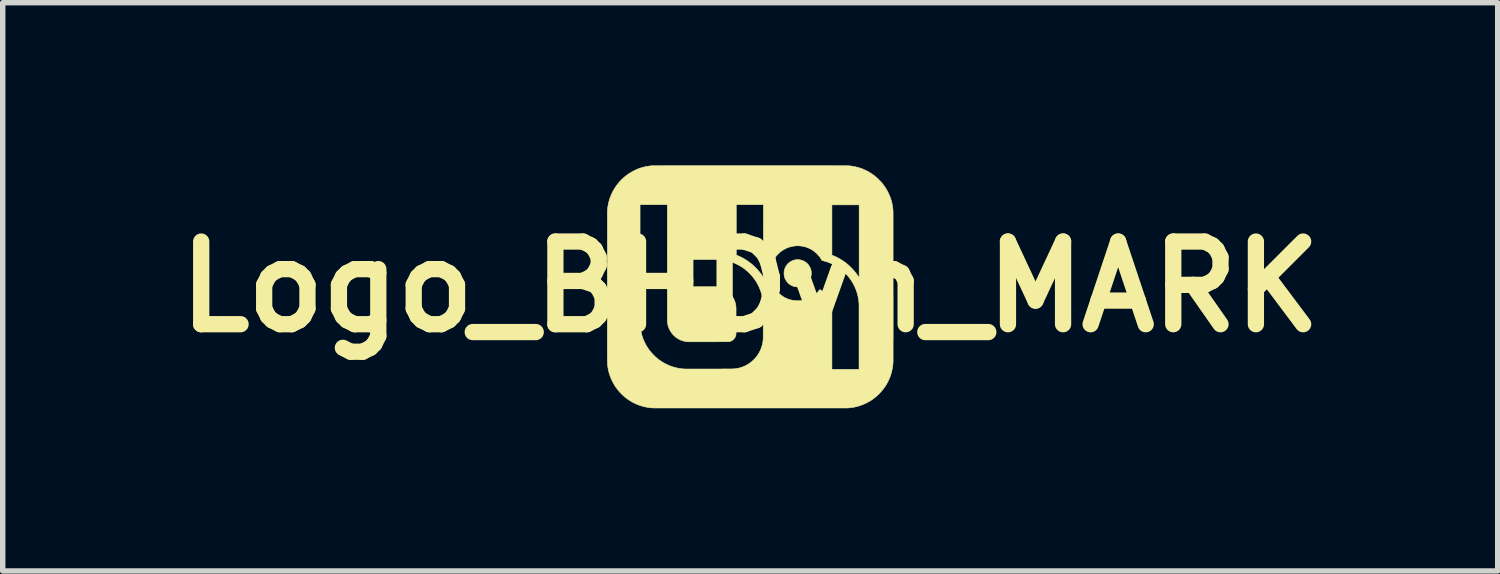
<source format=kicad_pcb>
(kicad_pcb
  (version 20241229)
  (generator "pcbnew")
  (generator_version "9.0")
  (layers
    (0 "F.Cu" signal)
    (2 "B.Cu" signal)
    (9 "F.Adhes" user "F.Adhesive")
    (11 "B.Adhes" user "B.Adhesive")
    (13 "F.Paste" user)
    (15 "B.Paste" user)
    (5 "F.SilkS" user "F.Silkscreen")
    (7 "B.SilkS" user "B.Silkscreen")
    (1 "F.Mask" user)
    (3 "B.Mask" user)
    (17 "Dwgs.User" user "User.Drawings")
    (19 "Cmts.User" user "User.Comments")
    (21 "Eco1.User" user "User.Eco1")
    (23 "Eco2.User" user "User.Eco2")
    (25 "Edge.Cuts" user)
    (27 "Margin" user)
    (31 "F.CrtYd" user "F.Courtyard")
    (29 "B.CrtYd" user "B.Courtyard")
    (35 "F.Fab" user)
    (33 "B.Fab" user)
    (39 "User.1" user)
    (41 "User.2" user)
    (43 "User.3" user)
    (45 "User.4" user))
  (footprint "Logo_BHDyn_MARK"
    (layer "F.Cu")
    (at 10.784 2.239)
    (property "Reference" "Logo_BHDyn_MARK" (at 0 0 0) (layer "F.SilkS") (effects (font (size 1.524 1.524) (thickness 0.3))))
    (attr through_hole)
    (fp_poly (pts (xy 0.885 -0.501) (xy 0.892 -0.5) (xy 0.899 -0.5) (xy 0.906 -0.499) (xy 0.913 -0.498) (xy 0.92 -0.497) (xy 0.925 -0.496) (xy 0.945 -0.491) (xy 0.964 -0.485) (xy 0.982 -0.477) (xy 1 -0.468) (xy 1.017 -0.458) (xy 1.033 -0.446) (xy 1.048 -0.433) (xy 1.062 -0.419) (xy 1.075 -0.403) (xy 1.086 -0.387) (xy 1.096 -0.37) (xy 1.105 -0.352) (xy 1.113 -0.333) (xy 1.114 -0.329) (xy 1.12 -0.31) (xy 1.124 -0.29) (xy 1.126 -0.27) (xy 1.127 -0.25) (xy 1.126 -0.229) (xy 1.124 -0.209) (xy 1.123 -0.207) (xy 1.119 -0.187) (xy 1.114 -0.168) (xy 1.106 -0.149) (xy 1.097 -0.131) (xy 1.087 -0.114) (xy 1.076 -0.097) (xy 1.072 -0.092) (xy 1.068 -0.088) (xy 1.063 -0.082) (xy 1.058 -0.076) (xy 1.052 -0.07) (xy 1.046 -0.065) (xy 1.041 -0.06) (xy 1.036 -0.056) (xy 1.02 -0.043) (xy 1.002 -0.032) (xy 0.984 -0.022) (xy 0.966 -0.014) (xy 0.947 -0.008) (xy 0.927 -0.003) (xy 0.913 -0.000494) (xy 0.893 0.002) (xy 0.873 0.002) (xy 0.854 0.001) (xy 0.849 0.001) (xy 0.841 -0.000144) (xy 0.836 -0.001) (xy 0.831 -0.002) (xy 0.827 -0.002) (xy 0.823 -0.003) (xy 0.82 -0.003) (xy 0.817 -0.004) (xy 0.815 -0.005) (xy 0.795 -0.01) (xy 0.777 -0.018) (xy 0.758 -0.027) (xy 0.741 -0.037) (xy 0.724 -0.048) (xy 0.709 -0.061) (xy 0.694 -0.075) (xy 0.681 -0.09) (xy 0.668 -0.106) (xy 0.663 -0.115) (xy 0.652 -0.133) (xy 0.643 -0.151) (xy 0.636 -0.171) (xy 0.631 -0.19) (xy 0.627 -0.211) (xy 0.625 -0.221) (xy 0.625 -0.228) (xy 0.624 -0.236) (xy 0.624 -0.245) (xy 0.624 -0.254) (xy 0.624 -0.263) (xy 0.625 -0.272) (xy 0.625 -0.28) (xy 0.626 -0.286) (xy 0.626 -0.288) (xy 0.629 -0.303) (xy 0.633 -0.318) (xy 0.636 -0.327) (xy 0.643 -0.346) (xy 0.652 -0.365) (xy 0.661 -0.382) (xy 0.673 -0.399) (xy 0.685 -0.414) (xy 0.699 -0.429) (xy 0.713 -0.442) (xy 0.729 -0.454) (xy 0.746 -0.465) (xy 0.763 -0.475) (xy 0.781 -0.483) (xy 0.8 -0.49) (xy 0.82 -0.495) (xy 0.825 -0.496) (xy 0.833 -0.498) (xy 0.841 -0.499) (xy 0.847 -0.5) (xy 0.854 -0.5) (xy 0.861 -0.501) (xy 0.87 -0.501) (xy 0.875 -0.501) (xy 0.885 -0.501)) (stroke (width 0.01) (type solid)) (fill yes) (layer "F.SilkS"))
    (fp_poly (pts (xy 0.096 -2.234) (xy 0.144 -2.234) (xy 0.192 -2.234) (xy 0.239 -2.234) (xy 0.287 -2.234) (xy 0.334 -2.234) (xy 0.381 -2.234) (xy 0.428 -2.234) (xy 0.475 -2.234) (xy 0.521 -2.234) (xy 0.567 -2.234) (xy 0.613 -2.234) (xy 0.658 -2.234) (xy 0.703 -2.234) (xy 0.747 -2.234) (xy 0.791 -2.234) (xy 0.834 -2.234) (xy 0.877 -2.234) (xy 0.92 -2.234) (xy 0.961 -2.234) (xy 1.002 -2.234) (xy 1.043 -2.234) (xy 1.082 -2.234) (xy 1.121 -2.234) (xy 1.159 -2.234) (xy 1.197 -2.234) (xy 1.233 -2.234) (xy 1.269 -2.234) (xy 1.304 -2.234) (xy 1.338 -2.234) (xy 1.371 -2.234) (xy 1.403 -2.234) (xy 1.434 -2.234) (xy 1.464 -2.234) (xy 1.493 -2.234) (xy 1.521 -2.234) (xy 1.547 -2.233) (xy 1.573 -2.233) (xy 1.597 -2.233) (xy 1.621 -2.233) (xy 1.643 -2.233) (xy 1.663 -2.233) (xy 1.683 -2.233) (xy 1.701 -2.233) (xy 1.717 -2.233) (xy 1.733 -2.233) (xy 1.747 -2.233) (xy 1.759 -2.233) (xy 1.77 -2.233) (xy 1.779 -2.233) (xy 1.787 -2.233) (xy 1.794 -2.233) (xy 1.798 -2.233) (xy 1.802 -2.233) (xy 1.803 -2.233) (xy 1.803 -2.233) (xy 1.836 -2.23) (xy 1.868 -2.226) (xy 1.898 -2.221) (xy 1.928 -2.216) (xy 1.958 -2.209) (xy 1.987 -2.201) (xy 2.016 -2.193) (xy 2.029 -2.189) (xy 2.065 -2.176) (xy 2.1 -2.161) (xy 2.135 -2.145) (xy 2.169 -2.128) (xy 2.202 -2.109) (xy 2.234 -2.088) (xy 2.266 -2.067) (xy 2.296 -2.044) (xy 2.326 -2.019) (xy 2.354 -1.994) (xy 2.381 -1.967) (xy 2.408 -1.939) (xy 2.433 -1.91) (xy 2.456 -1.88) (xy 2.479 -1.849) (xy 2.487 -1.837) (xy 2.508 -1.804) (xy 2.527 -1.771) (xy 2.545 -1.736) (xy 2.561 -1.701) (xy 2.576 -1.666) (xy 2.589 -1.63) (xy 2.601 -1.593) (xy 2.611 -1.556) (xy 2.619 -1.518) (xy 2.624 -1.488) (xy 2.626 -1.479) (xy 2.627 -1.47) (xy 2.628 -1.461) (xy 2.629 -1.452) (xy 2.631 -1.442) (xy 2.632 -1.432) (xy 2.633 -1.42) (xy 2.634 -1.409) (xy 2.634 -1.408) (xy 2.634 -1.407) (xy 2.634 -1.406) (xy 2.634 -1.405) (xy 2.634 -1.403) (xy 2.634 -1.402) (xy 2.634 -1.4) (xy 2.634 -1.397) (xy 2.634 -1.395) (xy 2.634 -1.392) (xy 2.634 -1.388) (xy 2.634 -1.384) (xy 2.634 -1.38) (xy 2.634 -1.376) (xy 2.634 -1.371) (xy 2.635 -1.365) (xy 2.635 -1.359) (xy 2.635 -1.352) (xy 2.635 -1.345) (xy 2.635 -1.337) (xy 2.635 -1.329) (xy 2.635 -1.32) (xy 2.635 -1.31) (xy 2.635 -1.299) (xy 2.635 -1.288) (xy 2.635 -1.276) (xy 2.635 -1.264) (xy 2.635 -1.25) (xy 2.635 -1.236) (xy 2.635 -1.221) (xy 2.635 -1.205) (xy 2.635 -1.188) (xy 2.635 -1.171) (xy 2.635 -1.152) (xy 2.635 -1.133) (xy 2.635 -1.112) (xy 2.635 -1.09) (xy 2.635 -1.068) (xy 2.635 -1.044) (xy 2.635 -1.019) (xy 2.635 -0.994) (xy 2.635 -0.967) (xy 2.635 -0.939) (xy 2.635 -0.909) (xy 2.635 -0.879) (xy 2.635 -0.847) (xy 2.635 -0.814) (xy 2.635 -0.78) (xy 2.635 -0.745) (xy 2.635 -0.708) (xy 2.635 -0.67) (xy 2.635 -0.63) (xy 2.635 -0.589) (xy 2.635 -0.547) (xy 2.635 -0.503) (xy 2.635 -0.458) (xy 2.635 -0.411) (xy 2.635 -0.363) (xy 2.635 -0.313) (xy 2.635 -0.262) (xy 2.635 -0.209) (xy 2.635 -0.155) (xy 2.635 -0.098) (xy 2.635 -0.041) (xy 2.635 -0.013) (xy 2.635 0.051) (xy 2.635 0.113) (xy 2.636 0.173) (xy 2.636 0.232) (xy 2.636 0.289) (xy 2.636 0.344) (xy 2.636 0.398) (xy 2.636 0.45) (xy 2.636 0.501) (xy 2.636 0.55) (xy 2.636 0.597) (xy 2.636 0.643) (xy 2.636 0.688) (xy 2.636 0.731) (xy 2.636 0.772) (xy 2.636 0.812) (xy 2.636 0.85) (xy 2.636 0.887) (xy 2.636 0.923) (xy 2.636 0.957) (xy 2.636 0.99) (xy 2.635 1.021) (xy 2.635 1.051) (xy 2.635 1.079) (xy 2.635 1.107) (xy 2.635 1.132) (xy 2.635 1.157) (xy 2.635 1.18) (xy 2.635 1.202) (xy 2.635 1.223) (xy 2.635 1.242) (xy 2.635 1.26) (xy 2.635 1.277) (xy 2.635 1.292) (xy 2.635 1.306) (xy 2.635 1.32) (xy 2.635 1.331) (xy 2.635 1.342) (xy 2.635 1.352) (xy 2.635 1.36) (xy 2.635 1.367) (xy 2.635 1.373) (xy 2.635 1.378) (xy 2.635 1.382) (xy 2.635 1.385) (xy 2.635 1.387) (xy 2.635 1.387) (xy 2.632 1.426) (xy 2.628 1.465) (xy 2.622 1.503) (xy 2.614 1.541) (xy 2.605 1.578) (xy 2.594 1.615) (xy 2.582 1.652) (xy 2.568 1.688) (xy 2.552 1.723) (xy 2.535 1.758) (xy 2.516 1.792) (xy 2.51 1.802) (xy 2.489 1.835) (xy 2.468 1.866) (xy 2.444 1.897) (xy 2.42 1.926) (xy 2.394 1.955) (xy 2.367 1.982) (xy 2.339 2.009) (xy 2.31 2.034) (xy 2.28 2.057) (xy 2.249 2.08) (xy 2.217 2.101) (xy 2.184 2.12) (xy 2.172 2.127) (xy 2.137 2.145) (xy 2.102 2.161) (xy 2.066 2.176) (xy 2.03 2.189) (xy 1.994 2.201) (xy 1.956 2.21) (xy 1.919 2.219) (xy 1.88 2.225) (xy 1.842 2.23) (xy 1.803 2.234) (xy 1.792 2.234) (xy 1.791 2.234) (xy 1.788 2.234) (xy 1.783 2.234) (xy 1.777 2.234) (xy 1.769 2.234) (xy 1.76 2.235) (xy 1.749 2.235) (xy 1.737 2.235) (xy 1.723 2.235) (xy 1.708 2.235) (xy 1.691 2.235) (xy 1.673 2.235) (xy 1.654 2.235) (xy 1.633 2.235) (xy 1.611 2.235) (xy 1.588 2.235) (xy 1.564 2.235) (xy 1.538 2.235) (xy 1.512 2.235) (xy 1.484 2.235) (xy 1.455 2.235) (xy 1.425 2.235) (xy 1.394 2.235) (xy 1.362 2.235) (xy 1.329 2.235) (xy 1.296 2.235) (xy 1.261 2.235) (xy 1.225 2.235) (xy 1.189 2.235) (xy 1.151 2.235) (xy 1.113 2.235) (xy 1.074 2.235) (xy 1.035 2.235) (xy 0.995 2.235) (xy 0.954 2.235) (xy 0.912 2.235) (xy 0.87 2.235) (xy 0.827 2.235) (xy 0.784 2.235) (xy 0.74 2.235) (xy 0.696 2.235) (xy 0.651 2.235) (xy 0.606 2.235) (xy 0.561 2.235) (xy 0.515 2.235) (xy 0.469 2.235) (xy 0.422 2.235) (xy 0.375 2.235) (xy 0.328 2.235) (xy 0.281 2.235) (xy 0.234 2.235) (xy 0.186 2.235) (xy 0.139 2.235) (xy 0.091 2.235) (xy 0.043 2.235) (xy -0.005 2.235) (xy -0.053 2.235) (xy -0.1 2.235) (xy -0.148 2.235) (xy -0.196 2.235) (xy -0.243 2.235) (xy -0.291 2.235) (xy -0.338 2.235) (xy -0.385 2.235) (xy -0.432 2.235) (xy -0.478 2.235) (xy -0.524 2.235) (xy -0.57 2.235) (xy -0.616 2.235) (xy -0.661 2.235) (xy -0.705 2.235) (xy -0.749 2.235) (xy -0.793 2.235) (xy -0.836 2.235) (xy -0.879 2.235) (xy -0.921 2.235) (xy -0.962 2.235) (xy -1.003 2.235) (xy -1.043 2.235) (xy -1.083 2.235) (xy -1.121 2.235) (xy -1.159 2.235) (xy -1.197 2.235) (xy -1.233 2.235) (xy -1.268 2.235) (xy -1.303 2.235) (xy -1.337 2.235) (xy -1.369 2.235) (xy -1.401 2.235) (xy -1.432 2.235) (xy -1.462 2.235) (xy -1.49 2.235) (xy -1.518 2.235) (xy -1.544 2.235) (xy -1.57 2.235) (xy -1.594 2.235) (xy -1.617 2.235) (xy -1.638 2.235) (xy -1.659 2.235) (xy -1.678 2.235) (xy -1.696 2.235) (xy -1.712 2.235) (xy -1.727 2.234) (xy -1.741 2.234) (xy -1.753 2.234) (xy -1.763 2.234) (xy -1.772 2.234) (xy -1.78 2.234) (xy -1.786 2.234) (xy -1.79 2.234) (xy -1.793 2.234) (xy -1.794 2.234) (xy -1.833 2.231) (xy -1.871 2.227) (xy -1.909 2.22) (xy -1.947 2.212) (xy -1.984 2.203) (xy -2.021 2.192) (xy -2.057 2.179) (xy -2.093 2.165) (xy -2.128 2.149) (xy -2.162 2.132) (xy -2.195 2.113) (xy -2.228 2.093) (xy -2.26 2.071) (xy -2.291 2.048) (xy -2.299 2.042) (xy -2.329 2.017) (xy -2.357 1.991) (xy -2.385 1.964) (xy -2.411 1.936) (xy -2.436 1.906) (xy -2.459 1.876) (xy -2.482 1.845) (xy -2.503 1.812) (xy -2.522 1.779) (xy -2.54 1.745) (xy -2.557 1.71) (xy -2.572 1.675) (xy -2.573 1.671) (xy -2.587 1.635) (xy -2.599 1.598) (xy -2.609 1.561) (xy -2.617 1.524) (xy -2.624 1.486) (xy -2.629 1.448) (xy -2.633 1.409) (xy -2.634 1.387) (xy -2.634 1.386) (xy -2.634 1.383) (xy -2.634 1.38) (xy -2.634 1.375) (xy -2.634 1.369) (xy -2.634 1.362) (xy -2.634 1.354) (xy -2.634 1.345) (xy -2.634 1.335) (xy -2.634 1.323) (xy -2.634 1.31) (xy -2.634 1.296) (xy -2.634 1.281) (xy -2.634 1.265) (xy -2.634 1.247) (xy -2.635 1.228) (xy -2.635 1.208) (xy -2.635 1.187) (xy -2.635 1.164) (xy -2.635 1.14) (xy -2.635 1.114) (xy -2.635 1.088) (xy -2.635 1.06) (xy -2.635 1.03) (xy -2.635 0.999) (xy -2.635 0.967) (xy -2.635 0.933) (xy -2.635 0.898) (xy -2.635 0.862) (xy -2.635 0.824) (xy -2.635 0.784) (xy -2.635 0.743) (xy -2.635 0.701) (xy -2.635 0.657) (xy -2.635 0.611) (xy -2.635 0.564) (xy -2.635 0.516) (xy -2.635 0.466) (xy -2.635 0.414) (xy -2.635 0.361) (xy -2.635 0.306) (xy -2.635 0.249) (xy -2.635 0.191) (xy -2.635 0.131) (xy -2.635 0.07) (xy -2.635 0.006) (xy -2.635 -0.013) (xy -2.635 -0.071) (xy -2.635 -0.128) (xy -2.635 -0.184) (xy -2.635 -0.237) (xy -2.635 -0.289) (xy -2.635 -0.34) (xy -2.635 -0.389) (xy -2.635 -0.436) (xy -2.635 -0.482) (xy -2.634 -0.526) (xy -2.634 -0.569) (xy -2.634 -0.611) (xy -2.634 -0.651) (xy -2.634 -0.69) (xy -2.634 -0.727) (xy -2.634 -0.764) (xy -2.634 -0.798) (xy -2.634 -0.832) (xy -2.634 -0.864) (xy -2.634 -0.895) (xy -2.634 -0.925) (xy -2.634 -0.954) (xy -2.634 -0.981) (xy -2.634 -1.007) (xy -2.634 -1.033) (xy -2.634 -1.057) (xy -2.634 -1.08) (xy -2.634 -1.102) (xy -2.634 -1.123) (xy -2.634 -1.143) (xy -2.634 -1.162) (xy -2.634 -1.18) (xy -2.634 -1.197) (xy -2.634 -1.214) (xy -2.634 -1.229) (xy -2.634 -1.244) (xy -2.634 -1.258) (xy -2.634 -1.271) (xy -2.634 -1.283) (xy -2.634 -1.294) (xy -2.634 -1.305) (xy -2.634 -1.315) (xy -2.634 -1.324) (xy -2.634 -1.333) (xy -2.634 -1.341) (xy -2.634 -1.349) (xy -2.634 -1.356) (xy -2.634 -1.362) (xy -2.634 -1.368) (xy -2.634 -1.373) (xy -2.634 -1.378) (xy -2.634 -1.383) (xy -2.634 -1.386) (xy -2.633 -1.39) (xy -2.633 -1.393) (xy -2.633 -1.396) (xy -2.633 -1.399) (xy -2.633 -1.401) (xy -2.633 -1.403) (xy -2.633 -1.404) (xy -2.633 -1.406) (xy -2.633 -1.407) (xy -2.633 -1.408) (xy -2.633 -1.409) (xy -2.633 -1.409) (xy -2.632 -1.422) (xy -2.631 -1.433) (xy -2.63 -1.443) (xy -2.628 -1.453) (xy -2.627 -1.462) (xy -2.626 -1.471) (xy -2.625 -1.48) (xy -2.623 -1.488) (xy -2.618 -1.515) (xy -2.031 -1.515) (xy -2.031 -0.408) (xy -2.031 -0.356) (xy -2.031 -0.305) (xy -2.031 -0.256) (xy -2.031 -0.208) (xy -2.031 -0.163) (xy -2.031 -0.118) (xy -2.031 -0.076) (xy -2.031 -0.034) (xy -2.031 0.005) (xy -2.031 0.044) (xy -2.031 0.081) (xy -2.031 0.116) (xy -2.031 0.15) (xy -2.031 0.183) (xy -2.031 0.214) (xy -2.031 0.245) (xy -2.031 0.274) (xy -2.031 0.301) (xy -2.031 0.328) (xy -2.031 0.353) (xy -2.031 0.377) (xy -2.031 0.4) (xy -2.031 0.422) (xy -2.031 0.443) (xy -2.031 0.463) (xy -2.031 0.482) (xy -2.031 0.5) (xy -2.031 0.517) (xy -2.031 0.533) (xy -2.03 0.548) (xy -2.03 0.562) (xy -2.03 0.576) (xy -2.03 0.588) (xy -2.03 0.6) (xy -2.03 0.611) (xy -2.03 0.621) (xy -2.03 0.631) (xy -2.03 0.639) (xy -2.03 0.648) (xy -2.03 0.655) (xy -2.03 0.662) (xy -2.03 0.669) (xy -2.03 0.674) (xy -2.03 0.68) (xy -2.03 0.685) (xy -2.03 0.689) (xy -2.03 0.693) (xy -2.03 0.696) (xy -2.03 0.7) (xy -2.03 0.702) (xy -2.03 0.705) (xy -2.03 0.707) (xy -2.03 0.709) (xy -2.03 0.71) (xy -2.029 0.712) (xy -2.029 0.713) (xy -2.029 0.714) (xy -2.029 0.715) (xy -2.029 0.715) (xy -2.026 0.744) (xy -2.023 0.77) (xy -2.019 0.796) (xy -2.015 0.821) (xy -2.009 0.846) (xy -2.003 0.87) (xy -1.997 0.894) (xy -1.992 0.908) (xy -1.983 0.936) (xy -1.973 0.964) (xy -1.961 0.993) (xy -1.949 1.02) (xy -1.935 1.047) (xy -1.925 1.067) (xy -1.906 1.1) (xy -1.885 1.132) (xy -1.864 1.163) (xy -1.84 1.193) (xy -1.816 1.222) (xy -1.79 1.25) (xy -1.763 1.277) (xy -1.735 1.302) (xy -1.706 1.326) (xy -1.676 1.35) (xy -1.645 1.371) (xy -1.613 1.392) (xy -1.581 1.41) (xy -1.548 1.427) (xy -1.514 1.443) (xy -1.48 1.457) (xy -1.445 1.47) (xy -1.409 1.481) (xy -1.373 1.491) (xy -1.336 1.499) (xy -1.3 1.506) (xy -1.263 1.511) (xy -1.226 1.514) (xy -1.225 1.514) (xy -1.22 1.514) (xy -1.215 1.514) (xy -1.211 1.515) (xy -1.208 1.515) (xy -1.206 1.515) (xy -1.205 1.515) (xy -1.202 1.515) (xy -1.197 1.515) (xy -1.191 1.515) (xy -1.184 1.515) (xy -1.175 1.515) (xy -1.164 1.515) (xy -1.153 1.515) (xy -1.14 1.515) (xy -1.126 1.515) (xy -1.111 1.515) (xy -1.095 1.515) (xy -1.078 1.515) (xy -1.061 1.515) (xy -1.042 1.515) (xy -1.023 1.515) (xy -1.002 1.515) (xy -0.982 1.515) (xy -0.96 1.515) (xy -0.938 1.515) (xy -0.916 1.515) (xy -0.893 1.515) (xy -0.87 1.515) (xy -0.847 1.515) (xy -0.824 1.515) (xy -0.8 1.515) (xy -0.776 1.515) (xy -0.752 1.515) (xy -0.729 1.515) (xy -0.705 1.515) (xy -0.681 1.515) (xy -0.658 1.515) (xy -0.635 1.515) (xy -0.613 1.515) (xy -0.59 1.515) (xy -0.569 1.515) (xy -0.547 1.515) (xy -0.527 1.515) (xy -0.507 1.514) (xy -0.487 1.514) (xy -0.469 1.514) (xy -0.451 1.514) (xy -0.434 1.514) (xy -0.419 1.514) (xy -0.404 1.514) (xy -0.39 1.514) (xy -0.378 1.514) (xy -0.366 1.514) (xy -0.356 1.514) (xy -0.348 1.514) (xy -0.34 1.514) (xy -0.334 1.514) (xy -0.33 1.514) (xy -0.327 1.514) (xy -0.327 1.514) (xy -0.301 1.512) (xy -0.276 1.51) (xy -0.257 1.507) (xy -0.226 1.502) (xy -0.195 1.495) (xy -0.166 1.486) (xy -0.137 1.476) (xy -0.108 1.464) (xy -0.08 1.45) (xy -0.053 1.436) (xy -0.027 1.42) (xy -0.002 1.402) (xy 0.023 1.383) (xy 0.046 1.363) (xy 0.069 1.342) (xy 0.09 1.319) (xy 0.11 1.296) (xy 0.129 1.271) (xy 0.14 1.255) (xy 0.157 1.228) (xy 0.172 1.201) (xy 0.186 1.173) (xy 0.199 1.144) (xy 0.209 1.115) (xy 0.219 1.085) (xy 0.221 1.074) (xy 0.226 1.056) (xy 0.23 1.038) (xy 0.233 1.02) (xy 0.235 1.001) (xy 0.238 0.981) (xy 0.239 0.966) (xy 0.239 0.964) (xy 0.239 0.96) (xy 0.239 0.955) (xy 0.239 0.948) (xy 0.239 0.94) (xy 0.239 0.93) (xy 0.24 0.919) (xy 0.24 0.907) (xy 0.24 0.894) (xy 0.24 0.88) (xy 0.24 0.865) (xy 0.24 0.849) (xy 0.24 0.833) (xy 0.24 0.815) (xy 0.24 0.797) (xy 0.24 0.778) (xy 0.24 0.759) (xy 0.24 0.74) (xy 0.24 0.72) (xy 0.24 0.699) (xy 0.24 0.679) (xy 0.24 0.658) (xy 0.24 0.637) (xy 0.24 0.617) (xy 0.24 0.596) (xy 0.24 0.576) (xy 0.24 0.555) (xy 0.24 0.535) (xy 0.24 0.516) (xy 0.24 0.497) (xy 0.24 0.478) (xy 0.24 0.46) (xy 0.24 0.443) (xy 0.24 0.426) (xy 0.24 0.411) (xy 0.24 0.396) (xy 0.24 0.382) (xy 0.24 0.369) (xy 0.24 0.357) (xy 0.239 0.347) (xy 0.239 0.338) (xy 0.239 0.33) (xy 0.239 0.323) (xy 0.239 0.318) (xy 0.239 0.315) (xy 0.239 0.313) (xy 0.237 0.283) (xy 0.233 0.253) (xy 0.23 0.225) (xy 0.225 0.198) (xy 0.221 0.179) (xy 0.212 0.142) (xy 0.202 0.105) (xy 0.19 0.069) (xy 0.176 0.033) (xy 0.161 -0.001) (xy 0.144 -0.036) (xy 0.126 -0.069) (xy 0.106 -0.102) (xy 0.085 -0.133) (xy 0.062 -0.164) (xy 0.038 -0.195) (xy 0.025 -0.21) (xy 0.02 -0.216) (xy 0.014 -0.222) (xy 0.008 -0.229) (xy 0.000418 -0.237) (xy -0.007 -0.244) (xy -0.015 -0.252) (xy -0.023 -0.26) (xy -0.031 -0.268) (xy -0.038 -0.275) (xy -0.045 -0.281) (xy -0.051 -0.287) (xy -0.054 -0.289) (xy -0.084 -0.314) (xy -0.114 -0.338) (xy -0.146 -0.36) (xy -0.178 -0.38) (xy -0.211 -0.399) (xy -0.244 -0.416) (xy -0.279 -0.432) (xy -0.313 -0.447) (xy -0.349 -0.459) (xy -0.385 -0.47) (xy -0.422 -0.48) (xy -0.459 -0.488) (xy -0.497 -0.494) (xy -0.535 -0.499) (xy -0.574 -0.502) (xy -0.583 -0.503) (xy -0.585 -0.503) (xy -0.588 -0.503) (xy -0.594 -0.503) (xy -0.601 -0.503) (xy -0.609 -0.503) (xy -0.618 -0.503) (xy -0.629 -0.503) (xy -0.641 -0.503) (xy -0.654 -0.503) (xy -0.668 -0.503) (xy -0.683 -0.503) (xy -0.699 -0.503) (xy -0.716 -0.503) (xy -0.734 -0.503) (xy -0.752 -0.503) (xy -0.771 -0.503) (xy -0.79 -0.503) (xy -0.81 -0.503) (xy -0.83 -0.503) (xy -0.85 -0.503) (xy -0.871 -0.503) (xy -0.891 -0.503) (xy -0.912 -0.503) (xy -0.933 -0.503) (xy -0.954 -0.503) (xy -0.975 -0.503) (xy -0.995 -0.503) (xy -1.015 -0.503) (xy -1.035 -0.503) (xy -1.054 -0.503) (xy -1.073 -0.503) (xy -1.091 -0.503) (xy -1.109 -0.503) (xy -1.126 -0.503) (xy -1.142 -0.503) (xy -1.157 -0.503) (xy -1.171 -0.503) (xy -1.184 -0.503) (xy -1.196 -0.503) (xy -1.207 -0.503) (xy -1.217 -0.502) (xy -1.225 -0.502) (xy -1.226 -0.502) (xy -1.277 -0.502) (xy -1.277 -0.001) (xy -1.161 -0.001) (xy -1.149 -0.001) (xy -1.135 -0.001) (xy -1.12 -0.001) (xy -1.103 -0.001) (xy -1.086 -0.001) (xy -1.067 -0.001) (xy -1.048 -0.002) (xy -1.028 -0.002) (xy -1.007 -0.002) (xy -0.986 -0.002) (xy -0.965 -0.002) (xy -0.943 -0.002) (xy -0.922 -0.002) (xy -0.9 -0.002) (xy -0.879 -0.002) (xy -0.859 -0.002) (xy -0.842 -0.002) (xy -0.82 -0.002) (xy -0.8 -0.002) (xy -0.781 -0.002) (xy -0.763 -0.002) (xy -0.747 -0.002) (xy -0.733 -0.002) (xy -0.719 -0.002) (xy -0.707 -0.002) (xy -0.696 -0.002) (xy -0.686 -0.002) (xy -0.677 -0.002) (xy -0.669 -0.002) (xy -0.662 -0.002) (xy -0.655 -0.002) (xy -0.649 -0.002) (xy -0.644 -0.001) (xy -0.64 -0.001) (xy -0.636 -0.001) (xy -0.632 -0.001) (xy -0.629 -0.001) (xy -0.626 -0.001) (xy -0.623 -0.000289) (xy -0.621 -0.000016) (xy -0.618 0.000283) (xy -0.616 0.001) (xy -0.613 0.001) (xy -0.611 0.001) (xy -0.608 0.002) (xy -0.607 0.002) (xy -0.582 0.006) (xy -0.557 0.012) (xy -0.533 0.02) (xy -0.509 0.029) (xy -0.486 0.04) (xy -0.464 0.052) (xy -0.442 0.065) (xy -0.422 0.08) (xy -0.402 0.096) (xy -0.383 0.113) (xy -0.366 0.131) (xy -0.349 0.151) (xy -0.334 0.171) (xy -0.32 0.193) (xy -0.307 0.215) (xy -0.301 0.227) (xy -0.291 0.25) (xy -0.282 0.274) (xy -0.275 0.297) (xy -0.269 0.321) (xy -0.265 0.346) (xy -0.262 0.372) (xy -0.262 0.372) (xy -0.262 0.374) (xy -0.261 0.378) (xy -0.261 0.383) (xy -0.261 0.39) (xy -0.261 0.399) (xy -0.261 0.409) (xy -0.261 0.421) (xy -0.261 0.434) (xy -0.261 0.449) (xy -0.261 0.466) (xy -0.261 0.484) (xy -0.261 0.504) (xy -0.261 0.525) (xy -0.261 0.548) (xy -0.261 0.572) (xy -0.261 0.598) (xy -0.261 0.625) (xy -0.261 0.627) (xy -0.261 0.651) (xy -0.261 0.674) (xy -0.261 0.696) (xy -0.261 0.715) (xy -0.261 0.734) (xy -0.261 0.75) (xy -0.261 0.766) (xy -0.261 0.78) (xy -0.261 0.793) (xy -0.261 0.805) (xy -0.261 0.816) (xy -0.261 0.826) (xy -0.261 0.835) (xy -0.261 0.843) (xy -0.261 0.85) (xy -0.261 0.856) (xy -0.261 0.862) (xy -0.262 0.866) (xy -0.262 0.871) (xy -0.262 0.874) (xy -0.262 0.878) (xy -0.262 0.88) (xy -0.262 0.883) (xy -0.263 0.885) (xy -0.263 0.887) (xy -0.263 0.888) (xy -0.263 0.89) (xy -0.264 0.891) (xy -0.264 0.892) (xy -0.265 0.894) (xy -0.265 0.895) (xy -0.265 0.896) (xy -0.27 0.911) (xy -0.276 0.926) (xy -0.284 0.94) (xy -0.293 0.952) (xy -0.303 0.964) (xy -0.314 0.975) (xy -0.326 0.985) (xy -0.339 0.993) (xy -0.353 1) (xy -0.368 1.006) (xy -0.384 1.01) (xy -0.386 1.01) (xy -0.389 1.011) (xy -0.391 1.011) (xy -0.394 1.011) (xy -0.398 1.012) (xy -0.402 1.012) (xy -0.407 1.012) (xy -0.413 1.012) (xy -0.42 1.012) (xy -0.426 1.013) (xy -0.43 1.013) (xy -0.436 1.013) (xy -0.443 1.013) (xy -0.451 1.013) (xy -0.461 1.013) (xy -0.472 1.013) (xy -0.485 1.013) (xy -0.498 1.013) (xy -0.512 1.013) (xy -0.528 1.013) (xy -0.544 1.013) (xy -0.561 1.013) (xy -0.579 1.013) (xy -0.597 1.013) (xy -0.617 1.014) (xy -0.636 1.014) (xy -0.657 1.014) (xy -0.677 1.014) (xy -0.698 1.014) (xy -0.72 1.014) (xy -0.741 1.014) (xy -0.763 1.014) (xy -0.784 1.014) (xy -0.806 1.014) (xy -0.828 1.014) (xy -0.849 1.014) (xy -0.871 1.014) (xy -0.892 1.014) (xy -0.913 1.014) (xy -0.933 1.014) (xy -0.953 1.014) (xy -0.972 1.014) (xy -0.991 1.014) (xy -1.009 1.014) (xy -1.026 1.014) (xy -1.043 1.014) (xy -1.058 1.014) (xy -1.073 1.014) (xy -1.087 1.014) (xy -1.099 1.014) (xy -1.111 1.014) (xy -1.121 1.014) (xy -1.13 1.014) (xy -1.137 1.014) (xy -1.143 1.014) (xy -1.148 1.014) (xy -1.151 1.014) (xy -1.152 1.014) (xy -1.179 1.011) (xy -1.205 1.006) (xy -1.23 1) (xy -1.255 0.992) (xy -1.279 0.983) (xy -1.303 0.972) (xy -1.326 0.96) (xy -1.348 0.946) (xy -1.37 0.931) (xy -1.384 0.919) (xy -1.388 0.915) (xy -1.394 0.91) (xy -1.4 0.905) (xy -1.406 0.899) (xy -1.412 0.893) (xy -1.418 0.887) (xy -1.423 0.881) (xy -1.428 0.876) (xy -1.428 0.876) (xy -1.444 0.856) (xy -1.46 0.835) (xy -1.473 0.813) (xy -1.486 0.791) (xy -1.497 0.767) (xy -1.506 0.743) (xy -1.509 0.736) (xy -1.516 0.712) (xy -1.521 0.688) (xy -1.525 0.664) (xy -1.528 0.643) (xy -1.528 0.642) (xy -1.528 0.641) (xy -1.528 0.639) (xy -1.528 0.638) (xy -1.528 0.636) (xy -1.528 0.633) (xy -1.528 0.63) (xy -1.528 0.627) (xy -1.528 0.623) (xy -1.528 0.618) (xy -1.528 0.614) (xy -1.528 0.608) (xy -1.528 0.602) (xy -1.529 0.596) (xy -1.529 0.588) (xy -1.529 0.58) (xy -1.529 0.572) (xy -1.529 0.562) (xy -1.529 0.552) (xy -1.529 0.542) (xy -1.529 0.53) (xy -1.529 0.517) (xy -1.529 0.504) (xy -1.529 0.49) (xy -1.529 0.475) (xy -1.529 0.459) (xy -1.529 0.442) (xy -1.529 0.424) (xy -1.529 0.405) (xy -1.529 0.385) (xy -1.529 0.364) (xy -1.529 0.342) (xy -1.529 0.318) (xy -1.529 0.294) (xy -1.529 0.268) (xy -1.529 0.242) (xy -1.529 0.214) (xy -1.529 0.184) (xy -1.529 0.154) (xy -1.529 0.122) (xy -1.529 0.089) (xy -1.529 0.054) (xy -1.529 0.018) (xy -1.529 -0.019) (xy -1.529 -0.058) (xy -1.529 -0.098) (xy -1.529 -0.14) (xy -1.529 -0.183) (xy -1.529 -0.228) (xy -1.529 -0.274) (xy -1.529 -0.322) (xy -1.529 -0.372) (xy -1.529 -0.423) (xy -1.529 -0.443) (xy -1.529 -1.515) (xy -0.257 -1.515) (xy -0.257 -0.586) (xy -0.242 -0.58) (xy -0.218 -0.57) (xy -0.194 -0.559) (xy -0.168 -0.547) (xy -0.143 -0.534) (xy -0.119 -0.52) (xy -0.099 -0.509) (xy -0.065 -0.487) (xy -0.031 -0.464) (xy 0.001 -0.44) (xy 0.033 -0.415) (xy 0.063 -0.388) (xy 0.093 -0.36) (xy 0.121 -0.331) (xy 0.148 -0.301) (xy 0.174 -0.269) (xy 0.199 -0.237) (xy 0.222 -0.205) (xy 0.234 -0.186) (xy 0.237 -0.182) (xy 0.239 -0.178) (xy 0.241 -0.175) (xy 0.243 -0.173) (xy 0.244 -0.172) (xy 0.244 -0.171) (xy 0.244 -0.172) (xy 0.244 -0.175) (xy 0.244 -0.179) (xy 0.244 -0.185) (xy 0.244 -0.192) (xy 0.244 -0.201) (xy 0.244 -0.211) (xy 0.244 -0.222) (xy 0.244 -0.235) (xy 0.244 -0.244) (xy 0.369 -0.244) (xy 0.37 -0.215) (xy 0.373 -0.186) (xy 0.377 -0.158) (xy 0.383 -0.13) (xy 0.391 -0.102) (xy 0.4 -0.074) (xy 0.411 -0.047) (xy 0.423 -0.021) (xy 0.423 -0.021) (xy 0.437 0.005) (xy 0.453 0.03) (xy 0.469 0.053) (xy 0.487 0.076) (xy 0.507 0.098) (xy 0.527 0.118) (xy 0.549 0.138) (xy 0.572 0.156) (xy 0.595 0.173) (xy 0.598 0.175) (xy 0.623 0.19) (xy 0.649 0.204) (xy 0.675 0.216) (xy 0.702 0.227) (xy 0.73 0.236) (xy 0.758 0.243) (xy 0.787 0.249) (xy 0.816 0.254) (xy 0.831 0.255) (xy 0.837 0.256) (xy 0.845 0.256) (xy 0.854 0.257) (xy 0.863 0.257) (xy 0.873 0.257) (xy 0.882 0.257) (xy 0.892 0.257) (xy 0.901 0.257) (xy 0.908 0.256) (xy 0.915 0.256) (xy 0.915 0.256) (xy 0.941 0.253) (xy 0.967 0.249) (xy 0.991 0.244) (xy 1.016 0.237) (xy 1.035 0.231) (xy 1.063 0.221) (xy 1.09 0.21) (xy 1.115 0.197) (xy 1.14 0.182) (xy 1.164 0.167) (xy 1.188 0.149) (xy 1.21 0.131) (xy 1.23 0.112) (xy 1.238 0.105) (xy 1.245 0.097) (xy 1.253 0.089) (xy 1.26 0.08) (xy 1.268 0.07) (xy 1.277 0.059) (xy 1.282 0.053) (xy 1.284 0.05) (xy 1.291 0.054) (xy 1.314 0.068) (xy 1.336 0.083) (xy 1.357 0.099) (xy 1.377 0.116) (xy 1.396 0.134) (xy 1.413 0.154) (xy 1.429 0.174) (xy 1.444 0.196) (xy 1.453 0.212) (xy 1.465 0.234) (xy 1.476 0.256) (xy 1.484 0.279) (xy 1.492 0.302) (xy 1.497 0.326) (xy 1.502 0.351) (xy 1.505 0.376) (xy 1.506 0.392) (xy 1.506 0.394) (xy 1.506 0.398) (xy 1.506 0.403) (xy 1.506 0.41) (xy 1.506 0.419) (xy 1.507 0.429) (xy 1.507 0.44) (xy 1.507 0.454) (xy 1.507 0.469) (xy 1.507 0.485) (xy 1.507 0.503) (xy 1.507 0.523) (xy 1.507 0.544) (xy 1.507 0.566) (xy 1.507 0.59) (xy 1.507 0.616) (xy 1.507 0.643) (xy 1.507 0.671) (xy 1.507 0.701) (xy 1.507 0.733) (xy 1.507 0.765) (xy 1.507 0.799) (xy 1.507 0.835) (xy 1.507 0.872) (xy 1.507 0.91) (xy 1.507 0.949) (xy 1.507 0.965) (xy 1.507 1.522) (xy 2.007 1.522) (xy 2.007 0.93) (xy 2.007 0.887) (xy 2.007 0.846) (xy 2.007 0.806) (xy 2.007 0.767) (xy 2.007 0.73) (xy 2.007 0.695) (xy 2.007 0.661) (xy 2.007 0.628) (xy 2.007 0.598) (xy 2.007 0.568) (xy 2.007 0.541) (xy 2.007 0.515) (xy 2.007 0.49) (xy 2.007 0.468) (xy 2.007 0.446) (xy 2.007 0.427) (xy 2.007 0.409) (xy 2.007 0.393) (xy 2.007 0.378) (xy 2.007 0.365) (xy 2.007 0.353) (xy 2.007 0.344) (xy 2.007 0.336) (xy 2.007 0.329) (xy 2.007 0.324) (xy 2.007 0.321) (xy 2.007 0.32) (xy 2.004 0.282) (xy 2 0.244) (xy 1.994 0.206) (xy 1.986 0.169) (xy 1.977 0.133) (xy 1.966 0.096) (xy 1.954 0.061) (xy 1.94 0.026) (xy 1.925 -0.008) (xy 1.908 -0.042) (xy 1.89 -0.075) (xy 1.87 -0.107) (xy 1.849 -0.138) (xy 1.827 -0.168) (xy 1.803 -0.198) (xy 1.778 -0.226) (xy 1.751 -0.254) (xy 1.724 -0.28) (xy 1.711 -0.291) (xy 1.684 -0.314) (xy 1.656 -0.336) (xy 1.626 -0.356) (xy 1.596 -0.376) (xy 1.566 -0.394) (xy 1.534 -0.41) (xy 1.503 -0.426) (xy 1.501 -0.426) (xy 1.475 -0.438) (xy 1.448 -0.448) (xy 1.421 -0.458) (xy 1.393 -0.467) (xy 1.366 -0.475) (xy 1.339 -0.482) (xy 1.331 -0.483) (xy 1.328 -0.484) (xy 1.326 -0.485) (xy 1.325 -0.485) (xy 1.324 -0.486) (xy 1.322 -0.488) (xy 1.32 -0.491) (xy 1.319 -0.495) (xy 1.311 -0.508) (xy 1.303 -0.521) (xy 1.294 -0.536) (xy 1.283 -0.55) (xy 1.272 -0.564) (xy 1.26 -0.578) (xy 1.248 -0.592) (xy 1.238 -0.603) (xy 1.217 -0.623) (xy 1.195 -0.643) (xy 1.172 -0.66) (xy 1.148 -0.677) (xy 1.123 -0.692) (xy 1.097 -0.705) (xy 1.071 -0.717) (xy 1.043 -0.727) (xy 1.035 -0.73) (xy 1.008 -0.739) (xy 0.98 -0.745) (xy 0.951 -0.75) (xy 0.923 -0.754) (xy 0.894 -0.756) (xy 0.866 -0.756) (xy 0.838 -0.755) (xy 0.809 -0.752) (xy 0.781 -0.747) (xy 0.754 -0.741) (xy 0.726 -0.734) (xy 0.7 -0.725) (xy 0.673 -0.714) (xy 0.647 -0.702) (xy 0.622 -0.688) (xy 0.598 -0.673) (xy 0.574 -0.657) (xy 0.572 -0.655) (xy 0.563 -0.649) (xy 0.555 -0.642) (xy 0.548 -0.636) (xy 0.54 -0.629) (xy 0.533 -0.622) (xy 0.524 -0.614) (xy 0.518 -0.608) (xy 0.506 -0.596) (xy 0.496 -0.585) (xy 0.487 -0.575) (xy 0.478 -0.564) (xy 0.47 -0.553) (xy 0.462 -0.542) (xy 0.453 -0.529) (xy 0.453 -0.528) (xy 0.437 -0.503) (xy 0.423 -0.478) (xy 0.411 -0.452) (xy 0.4 -0.425) (xy 0.391 -0.397) (xy 0.383 -0.369) (xy 0.377 -0.341) (xy 0.372 -0.312) (xy 0.371 -0.301) (xy 0.369 -0.273) (xy 0.369 -0.244) (xy 0.244 -0.244) (xy 0.244 -0.25) (xy 0.244 -0.265) (xy 0.244 -0.282) (xy 0.244 -0.3) (xy 0.244 -0.319) (xy 0.244 -0.34) (xy 0.244 -0.361) (xy 0.244 -0.383) (xy 0.244 -0.407) (xy 0.244 -0.431) (xy 0.244 -0.457) (xy 0.244 -0.483) (xy 0.244 -0.51) (xy 0.244 -0.538) (xy 0.244 -0.567) (xy 0.244 -0.596) (xy 0.244 -0.626) (xy 0.244 -0.657) (xy 0.243 -0.688) (xy 0.243 -0.72) (xy 0.243 -0.753) (xy 0.243 -0.786) (xy 0.243 -0.819) (xy 0.243 -0.843) (xy 0.243 -1.511) (xy 1.507 -1.511) (xy 1.507 -1.048) (xy 1.507 -0.584) (xy 1.523 -0.578) (xy 1.556 -0.564) (xy 1.589 -0.549) (xy 1.621 -0.532) (xy 1.654 -0.514) (xy 1.685 -0.495) (xy 1.717 -0.474) (xy 1.747 -0.453) (xy 1.776 -0.431) (xy 1.802 -0.409) (xy 1.825 -0.389) (xy 1.848 -0.367) (xy 1.871 -0.344) (xy 1.893 -0.321) (xy 1.91 -0.301) (xy 1.923 -0.286) (xy 1.936 -0.27) (xy 1.949 -0.254) (xy 1.962 -0.237) (xy 1.974 -0.22) (xy 1.986 -0.203) (xy 1.997 -0.187) (xy 2.001 -0.181) (xy 2.003 -0.177) (xy 2.006 -0.173) (xy 2.007 -0.17) (xy 2.008 -0.169) (xy 2.009 -0.168) (xy 2.009 -0.169) (xy 2.009 -0.171) (xy 2.009 -0.175) (xy 2.009 -0.181) (xy 2.009 -0.188) (xy 2.009 -0.197) (xy 2.009 -0.207) (xy 2.009 -0.219) (xy 2.009 -0.232) (xy 2.009 -0.246) (xy 2.009 -0.262) (xy 2.009 -0.278) (xy 2.009 -0.296) (xy 2.009 -0.316) (xy 2.009 -0.336) (xy 2.009 -0.357) (xy 2.009 -0.38) (xy 2.009 -0.403) (xy 2.009 -0.428) (xy 2.009 -0.453) (xy 2.009 -0.479) (xy 2.009 -0.506) (xy 2.009 -0.534) (xy 2.009 -0.563) (xy 2.009 -0.592) (xy 2.009 -0.623) (xy 2.009 -0.653) (xy 2.009 -0.685) (xy 2.009 -0.717) (xy 2.009 -0.749) (xy 2.009 -0.782) (xy 2.009 -0.815) (xy 2.009 -0.84) (xy 2.009 -1.511) (xy 1.758 -1.511) (xy 1.507 -1.511) (xy 0.243 -1.511) (xy 0.243 -1.515) (xy -0.257 -1.515) (xy -1.529 -1.515) (xy -2.031 -1.515) (xy -2.618 -1.515) (xy -2.616 -1.526) (xy -2.608 -1.563) (xy -2.598 -1.6) (xy -2.586 -1.637) (xy -2.573 -1.672) (xy -2.558 -1.707) (xy -2.541 -1.742) (xy -2.524 -1.776) (xy -2.504 -1.808) (xy -2.484 -1.841) (xy -2.462 -1.872) (xy -2.438 -1.902) (xy -2.414 -1.931) (xy -2.388 -1.96) (xy -2.36 -1.987) (xy -2.332 -2.013) (xy -2.308 -2.034) (xy -2.297 -2.043) (xy -2.284 -2.052) (xy -2.271 -2.062) (xy -2.257 -2.072) (xy -2.243 -2.082) (xy -2.23 -2.091) (xy -2.221 -2.096) (xy -2.188 -2.116) (xy -2.154 -2.135) (xy -2.119 -2.152) (xy -2.084 -2.168) (xy -2.048 -2.182) (xy -2.012 -2.194) (xy -1.975 -2.205) (xy -1.937 -2.214) (xy -1.899 -2.221) (xy -1.889 -2.223) (xy -1.875 -2.225) (xy -1.861 -2.227) (xy -1.847 -2.229) (xy -1.833 -2.23) (xy -1.818 -2.232) (xy -1.802 -2.233) (xy -1.801 -2.233) (xy -1.798 -2.233) (xy -1.793 -2.233) (xy -1.787 -2.233) (xy -1.779 -2.233) (xy -1.769 -2.233) (xy -1.758 -2.233) (xy -1.746 -2.233) (xy -1.732 -2.233) (xy -1.717 -2.233) (xy -1.7 -2.233) (xy -1.682 -2.233) (xy -1.663 -2.233) (xy -1.642 -2.233) (xy -1.62 -2.233) (xy -1.597 -2.233) (xy -1.573 -2.233) (xy -1.547 -2.233) (xy -1.52 -2.234) (xy -1.492 -2.234) (xy -1.463 -2.234) (xy -1.433 -2.234) (xy -1.402 -2.234) (xy -1.37 -2.234) (xy -1.337 -2.234) (xy -1.304 -2.234) (xy -1.269 -2.234) (xy -1.233 -2.234) (xy -1.196 -2.234) (xy -1.159 -2.234) (xy -1.121 -2.234) (xy -1.082 -2.234) (xy -1.042 -2.234) (xy -1.002 -2.234) (xy -0.961 -2.234) (xy -0.919 -2.234) (xy -0.877 -2.234) (xy -0.834 -2.234) (xy -0.791 -2.234) (xy -0.747 -2.234) (xy -0.703 -2.234) (xy -0.658 -2.234) (xy -0.613 -2.234) (xy -0.567 -2.234) (xy -0.521 -2.234) (xy -0.475 -2.234) (xy -0.428 -2.234) (xy -0.381 -2.234) (xy -0.334 -2.234) (xy -0.287 -2.234) (xy -0.239 -2.234) (xy -0.192 -2.234) (xy -0.144 -2.234) (xy -0.096 -2.234) (xy -0.048 -2.234) (xy 0.048 -2.234) (xy 0.096 -2.234)) (stroke (width 0.01) (type solid)) (fill yes) (layer "F.SilkS")))
  (gr_rect
    (start -3 -3)
    (end 24.568 7.479)
    (stroke (width 0.1) (type default))
    (fill no)
    (layer "Edge.Cuts")))
</source>
